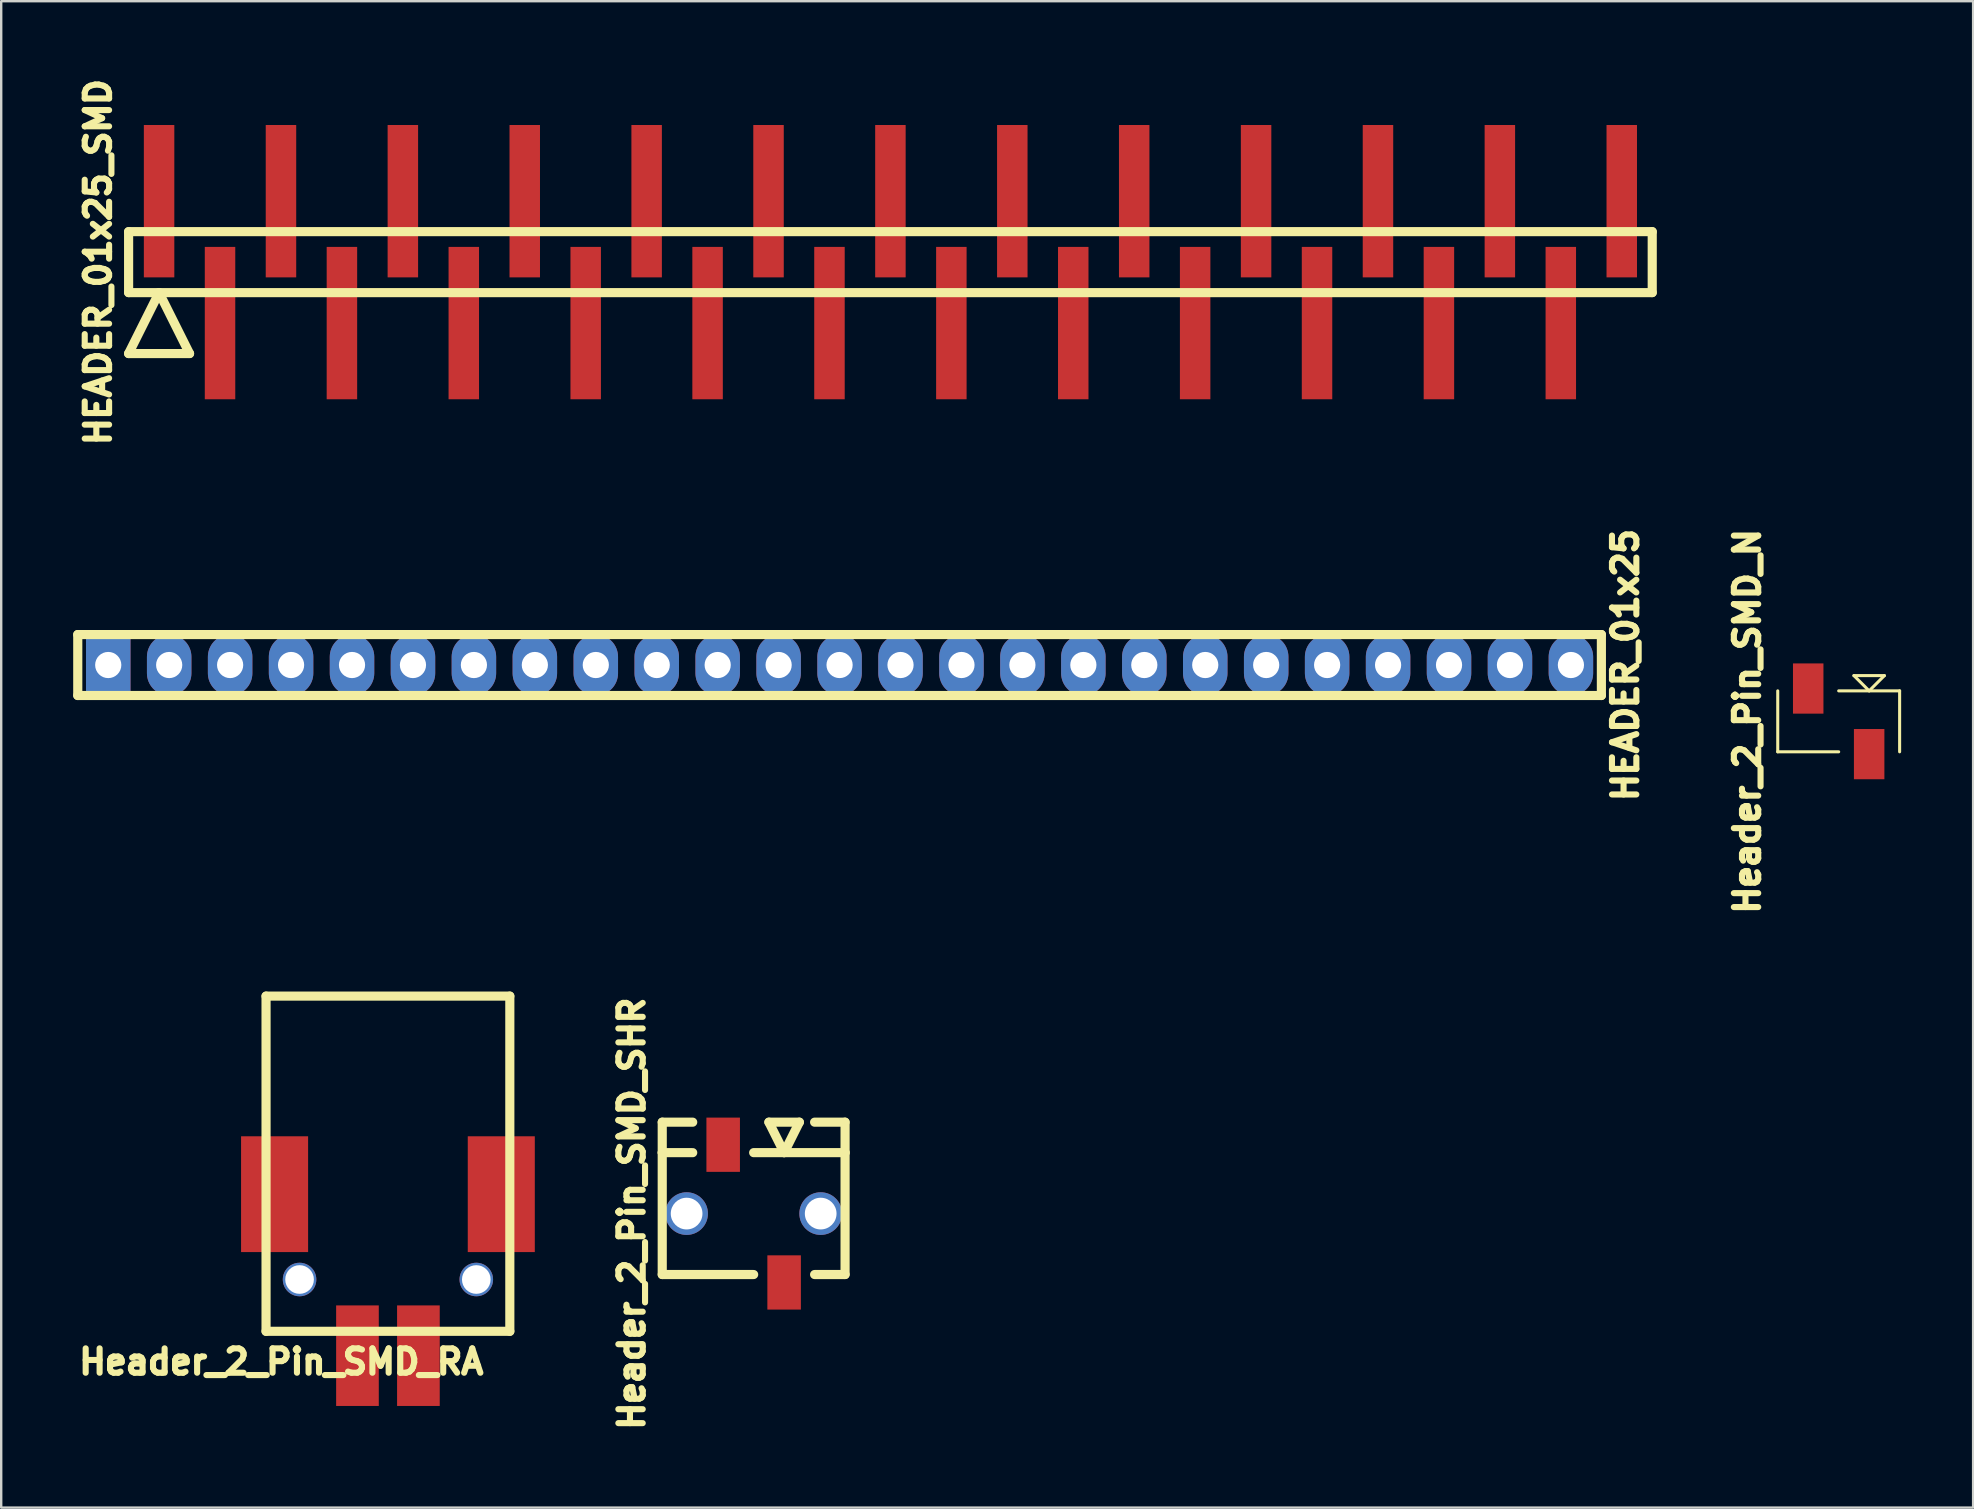
<source format=kicad_pcb>
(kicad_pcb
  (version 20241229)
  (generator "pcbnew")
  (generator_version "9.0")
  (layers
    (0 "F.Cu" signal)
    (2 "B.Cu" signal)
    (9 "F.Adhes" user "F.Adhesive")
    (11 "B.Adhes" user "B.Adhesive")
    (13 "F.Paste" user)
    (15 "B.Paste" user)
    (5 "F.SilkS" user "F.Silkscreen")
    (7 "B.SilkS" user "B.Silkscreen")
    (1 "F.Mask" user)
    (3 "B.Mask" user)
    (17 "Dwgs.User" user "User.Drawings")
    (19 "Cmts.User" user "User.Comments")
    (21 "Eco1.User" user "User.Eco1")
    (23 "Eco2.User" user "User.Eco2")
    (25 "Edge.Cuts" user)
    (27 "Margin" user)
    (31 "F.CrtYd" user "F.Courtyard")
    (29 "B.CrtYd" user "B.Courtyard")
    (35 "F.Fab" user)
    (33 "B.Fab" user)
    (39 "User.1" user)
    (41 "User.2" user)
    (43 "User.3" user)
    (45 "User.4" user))
  (footprint "HEADER_01x25_SMD"
    (layer "F.Cu")
    (at 34.06 7.875)
    (property "Reference" "HEADER_01x25_SMD" (at -33.02 0 270) (layer "F.SilkS") (effects (font (size 1.016 1.016) (thickness 0.254))))
    (attr through_hole)
    (fp_line (start -31.75 -1.27) (end 31.75 -1.27) (stroke (width 0.381) (type solid)) (layer "F.SilkS"))
    (fp_line (start -31.75 1.27) (end -31.75 -1.27) (stroke (width 0.381) (type solid)) (layer "F.SilkS"))
    (fp_line (start -31.75 3.81) (end -29.21 3.81) (stroke (width 0.381) (type solid)) (layer "F.SilkS"))
    (fp_line (start -30.48 1.27) (end -31.75 3.81) (stroke (width 0.381) (type solid)) (layer "F.SilkS"))
    (fp_line (start -29.21 3.81) (end -30.48 1.27) (stroke (width 0.381) (type solid)) (layer "F.SilkS"))
    (fp_line (start 31.75 -1.27) (end 31.75 1.27) (stroke (width 0.381) (type solid)) (layer "F.SilkS"))
    (fp_line (start 31.75 1.27) (end -31.75 1.27) (stroke (width 0.381) (type solid)) (layer "F.SilkS"))
    (pad "1" smd rect (at -30.48 -2.54) (size 1.27 6.35) (layers "F.Cu" "F.Mask" "F.Paste"))
    (pad "2" smd rect (at -27.94 2.54) (size 1.27 6.35) (layers "F.Cu" "F.Mask" "F.Paste"))
    (pad "3" smd rect (at -25.4 -2.54) (size 1.27 6.35) (layers "F.Cu" "F.Mask" "F.Paste"))
    (pad "4" smd rect (at -22.86 2.54) (size 1.27 6.35) (layers "F.Cu" "F.Mask" "F.Paste"))
    (pad "5" smd rect (at -20.32 -2.54) (size 1.27 6.35) (layers "F.Cu" "F.Mask" "F.Paste"))
    (pad "6" smd rect (at -17.78 2.54) (size 1.27 6.35) (layers "F.Cu" "F.Mask" "F.Paste"))
    (pad "7" smd rect (at -15.24 -2.54) (size 1.27 6.35) (layers "F.Cu" "F.Mask" "F.Paste"))
    (pad "8" smd rect (at -12.7 2.54) (size 1.27 6.35) (layers "F.Cu" "F.Mask" "F.Paste"))
    (pad "9" smd rect (at -10.16 -2.54) (size 1.27 6.35) (layers "F.Cu" "F.Mask" "F.Paste"))
    (pad "10" smd rect (at -7.62 2.54) (size 1.27 6.35) (layers "F.Cu" "F.Mask" "F.Paste"))
    (pad "11" smd rect (at -5.08 -2.54) (size 1.27 6.35) (layers "F.Cu" "F.Mask" "F.Paste"))
    (pad "12" smd rect (at -2.54 2.54) (size 1.27 6.35) (layers "F.Cu" "F.Mask" "F.Paste"))
    (pad "13" smd rect (at 0 -2.54) (size 1.27 6.35) (layers "F.Cu" "F.Mask" "F.Paste"))
    (pad "14" smd rect (at 2.54 2.54) (size 1.27 6.35) (layers "F.Cu" "F.Mask" "F.Paste"))
    (pad "15" smd rect (at 5.08 -2.54) (size 1.27 6.35) (layers "F.Cu" "F.Mask" "F.Paste"))
    (pad "16" smd rect (at 7.62 2.54) (size 1.27 6.35) (layers "F.Cu" "F.Mask" "F.Paste"))
    (pad "17" smd rect (at 10.16 -2.54) (size 1.27 6.35) (layers "F.Cu" "F.Mask" "F.Paste"))
    (pad "18" smd rect (at 12.7 2.54) (size 1.27 6.35) (layers "F.Cu" "F.Mask" "F.Paste"))
    (pad "19" smd rect (at 15.24 -2.54) (size 1.27 6.35) (layers "F.Cu" "F.Mask" "F.Paste"))
    (pad "20" smd rect (at 17.78 2.54) (size 1.27 6.35) (layers "F.Cu" "F.Mask" "F.Paste"))
    (pad "21" smd rect (at 20.32 -2.54) (size 1.27 6.35) (layers "F.Cu" "F.Mask" "F.Paste"))
    (pad "22" smd rect (at 22.86 2.54) (size 1.27 6.35) (layers "F.Cu" "F.Mask" "F.Paste"))
    (pad "23" smd rect (at 25.4 -2.54) (size 1.27 6.35) (layers "F.Cu" "F.Mask" "F.Paste"))
    (pad "24" smd rect (at 27.94 2.54) (size 1.27 6.35) (layers "F.Cu" "F.Mask" "F.Paste"))
    (pad "25" smd rect (at 30.48 -2.54) (size 1.27 6.35) (layers "F.Cu" "F.Mask" "F.Paste")))
  (footprint "Header_2_Pin_SMD_RA"
    (layer "F.Cu")
    (at 13.118 46.72)
    (property "Reference" "Header_2_Pin_SMD_RA" (at -4.445 6.985 180) (layer "F.SilkS") (effects (font (size 1.016 1.016) (thickness 0.254))))
    (attr through_hole)
    (fp_line (start -5.08 -8.255) (end -5.08 5.715) (stroke (width 0.381) (type solid)) (layer "F.SilkS"))
    (fp_line (start -5.08 -8.255) (end 5.08 -8.255) (stroke (width 0.381) (type solid)) (layer "F.SilkS"))
    (fp_line (start -5.08 5.715) (end 5.08 5.715) (stroke (width 0.381) (type solid)) (layer "F.SilkS"))
    (fp_line (start 5.08 -8.255) (end 5.08 5.715) (stroke (width 0.381) (type solid)) (layer "F.SilkS"))
    (pad "" smd rect (at -4.724 0) (size 2.794 4.826) (layers "F.Cu" "F.Mask" "F.Paste"))
    (pad "" thru_hole circle (at -3.683 3.556) (size 1.397 1.397) (drill 1.194) (layers "*.Cu" "*.Mask"))
    (pad "" thru_hole circle (at 3.683 3.556) (size 1.397 1.397) (drill 1.194) (layers "*.Cu" "*.Mask"))
    (pad "" smd rect (at 4.724 0) (size 2.794 4.826) (layers "F.Cu" "F.Mask" "F.Paste"))
    (pad "1" smd rect (at -1.27 6.731) (size 1.778 4.191) (layers "F.Cu" "F.Mask" "F.Paste"))
    (pad "2" smd rect (at 1.27 6.731) (size 1.778 4.191) (layers "F.Cu" "F.Mask" "F.Paste")))
  (footprint "Header_2_Pin_SMD_N"
    (layer "F.Cu")
    (at 73.581 27.013)
    (property "Reference" "Header_2_Pin_SMD_N" (at -3.81 0 90) (layer "F.SilkS") (effects (font (size 1.016 1.016) (thickness 0.254))))
    (attr through_hole)
    (fp_line (start -2.54 1.27) (end -2.54 -1.27) (stroke (width 0.127) (type solid)) (layer "F.SilkS"))
    (fp_line (start 0 1.27) (end -2.54 1.27) (stroke (width 0.127) (type solid)) (layer "F.SilkS"))
    (fp_line (start 0.635 -1.905) (end 1.905 -1.905) (stroke (width 0.127) (type solid)) (layer "F.SilkS"))
    (fp_line (start 1.27 -1.27) (end 0.635 -1.905) (stroke (width 0.127) (type solid)) (layer "F.SilkS"))
    (fp_line (start 1.905 -1.905) (end 1.27 -1.27) (stroke (width 0.127) (type solid)) (layer "F.SilkS"))
    (fp_line (start 2.54 -1.27) (end 0 -1.27) (stroke (width 0.127) (type solid)) (layer "F.SilkS"))
    (fp_line (start 2.54 1.27) (end 2.54 -1.27) (stroke (width 0.127) (type solid)) (layer "F.SilkS"))
    (pad "1" smd rect (at 1.27 1.367) (size 1.27 2.093) (layers "F.Cu" "F.Mask" "F.Paste"))
    (pad "2" smd rect (at -1.27 -1.367) (size 1.27 2.093) (layers "F.Cu" "F.Mask" "F.Paste")))
  (footprint "HEADER_01x25"
    (layer "F.Cu")
    (at 31.941 24.666)
    (property "Reference" "HEADER_01x25" (at 32.75 0 270) (layer "F.SilkS") (effects (font (size 1.016 1.016) (thickness 0.254))))
    (attr through_hole)
    (fp_line (start -31.75 -1.27) (end 31.75 -1.27) (stroke (width 0.381) (type solid)) (layer "F.SilkS"))
    (fp_line (start -31.75 1.27) (end -31.75 -1.27) (stroke (width 0.381) (type solid)) (layer "F.SilkS"))
    (fp_line (start 31.75 -1.27) (end 31.75 1.27) (stroke (width 0.381) (type solid)) (layer "F.SilkS"))
    (fp_line (start 31.75 1.27) (end -31.75 1.27) (stroke (width 0.381) (type solid)) (layer "F.SilkS"))
    (pad "1" thru_hole rect (at -30.48 0) (size 1.854 2.54) (drill 1.092) (layers "*.Cu" "*.Mask"))
    (pad "2" thru_hole oval (at -27.94 0) (size 1.854 2.54) (drill 1.092) (layers "*.Cu" "*.Mask"))
    (pad "3" thru_hole oval (at -25.4 0) (size 1.854 2.54) (drill 1.092) (layers "*.Cu" "*.Mask"))
    (pad "4" thru_hole oval (at -22.86 0) (size 1.854 2.54) (drill 1.092) (layers "*.Cu" "*.Mask"))
    (pad "5" thru_hole oval (at -20.32 0) (size 1.854 2.54) (drill 1.092) (layers "*.Cu" "*.Mask"))
    (pad "6" thru_hole oval (at -17.78 0) (size 1.854 2.54) (drill 1.092) (layers "*.Cu" "*.Mask"))
    (pad "7" thru_hole oval (at -15.24 0) (size 1.854 2.54) (drill 1.092) (layers "*.Cu" "*.Mask"))
    (pad "8" thru_hole oval (at -12.7 0) (size 1.854 2.54) (drill 1.092) (layers "*.Cu" "*.Mask"))
    (pad "9" thru_hole oval (at -10.16 0) (size 1.854 2.54) (drill 1.092) (layers "*.Cu" "*.Mask"))
    (pad "10" thru_hole oval (at -7.62 0) (size 1.854 2.54) (drill 1.092) (layers "*.Cu" "*.Mask"))
    (pad "11" thru_hole oval (at -5.08 0) (size 1.854 2.54) (drill 1.092) (layers "*.Cu" "*.Mask"))
    (pad "12" thru_hole oval (at -2.54 0) (size 1.854 2.54) (drill 1.092) (layers "*.Cu" "*.Mask"))
    (pad "13" thru_hole oval (at 0 0) (size 1.854 2.54) (drill 1.092) (layers "*.Cu" "*.Mask"))
    (pad "14" thru_hole oval (at 2.54 0) (size 1.854 2.54) (drill 1.092) (layers "*.Cu" "*.Mask"))
    (pad "15" thru_hole oval (at 5.08 0) (size 1.854 2.54) (drill 1.092) (layers "*.Cu" "*.Mask"))
    (pad "16" thru_hole oval (at 7.62 0) (size 1.854 2.54) (drill 1.092) (layers "*.Cu" "*.Mask"))
    (pad "17" thru_hole oval (at 10.16 0) (size 1.854 2.54) (drill 1.092) (layers "*.Cu" "*.Mask"))
    (pad "18" thru_hole oval (at 12.7 0) (size 1.854 2.54) (drill 1.092) (layers "*.Cu" "*.Mask"))
    (pad "19" thru_hole oval (at 15.24 0) (size 1.854 2.54) (drill 1.092) (layers "*.Cu" "*.Mask"))
    (pad "20" thru_hole oval (at 17.78 0) (size 1.854 2.54) (drill 1.092) (layers "*.Cu" "*.Mask"))
    (pad "21" thru_hole oval (at 20.32 0) (size 1.854 2.54) (drill 1.092) (layers "*.Cu" "*.Mask"))
    (pad "22" thru_hole oval (at 22.86 0) (size 1.854 2.54) (drill 1.092) (layers "*.Cu" "*.Mask"))
    (pad "23" thru_hole oval (at 25.4 0) (size 1.854 2.54) (drill 1.092) (layers "*.Cu" "*.Mask"))
    (pad "24" thru_hole oval (at 27.94 0) (size 1.854 2.54) (drill 1.092) (layers "*.Cu" "*.Mask"))
    (pad "25" thru_hole oval (at 30.48 0) (size 1.854 2.54) (drill 1.092) (layers "*.Cu" "*.Mask")))
  (footprint "Header_2_Pin_SMD_SHR"
    (layer "F.Cu")
    (at 28.36 47.529)
    (property "Reference" "Header_2_Pin_SMD_SHR" (at -5.08 0 90) (layer "F.SilkS") (effects (font (size 1.016 1.016) (thickness 0.254))))
    (attr through_hole)
    (fp_line (start -3.81 -3.81) (end -2.54 -3.81) (stroke (width 0.381) (type solid)) (layer "F.SilkS"))
    (fp_line (start -3.81 -2.54) (end -3.81 -3.81) (stroke (width 0.381) (type solid)) (layer "F.SilkS"))
    (fp_line (start -3.81 -2.54) (end -3.81 2.54) (stroke (width 0.381) (type solid)) (layer "F.SilkS"))
    (fp_line (start -3.81 -2.54) (end -2.54 -2.54) (stroke (width 0.381) (type solid)) (layer "F.SilkS"))
    (fp_line (start -3.81 2.54) (end 0 2.54) (stroke (width 0.381) (type solid)) (layer "F.SilkS"))
    (fp_line (start 0 -2.54) (end 3.81 -2.54) (stroke (width 0.381) (type solid)) (layer "F.SilkS"))
    (fp_line (start 0.635 -3.81) (end 1.27 -2.54) (stroke (width 0.381) (type solid)) (layer "F.SilkS"))
    (fp_line (start 1.27 -2.54) (end 1.905 -3.81) (stroke (width 0.381) (type solid)) (layer "F.SilkS"))
    (fp_line (start 1.905 -3.81) (end 0.635 -3.81) (stroke (width 0.381) (type solid)) (layer "F.SilkS"))
    (fp_line (start 2.54 -3.81) (end 3.81 -3.81) (stroke (width 0.381) (type solid)) (layer "F.SilkS"))
    (fp_line (start 3.81 -3.81) (end 3.81 -2.54) (stroke (width 0.381) (type solid)) (layer "F.SilkS"))
    (fp_line (start 3.81 -2.54) (end 3.81 2.54) (stroke (width 0.381) (type solid)) (layer "F.SilkS"))
    (fp_line (start 3.81 2.54) (end 2.54 2.54) (stroke (width 0.381) (type solid)) (layer "F.SilkS"))
    (pad "" thru_hole circle (at -2.794 0) (size 1.778 1.778) (drill 1.321) (layers "*.Cu" "*.Mask"))
    (pad "" thru_hole circle (at 2.794 0) (size 1.778 1.778) (drill 1.321) (layers "*.Cu" "*.Mask"))
    (pad "1" smd rect (at 1.27 2.87) (size 1.397 2.261) (layers "F.Cu" "F.Mask" "F.Paste"))
    (pad "2" smd rect (at -1.27 -2.87) (size 1.397 2.261) (layers "F.Cu" "F.Mask" "F.Paste")))
  (gr_rect
    (start -3 -3)
    (end 79.184 59.783)
    (stroke (width 0.1) (type default))
    (fill no)
    (layer "Edge.Cuts")))
</source>
